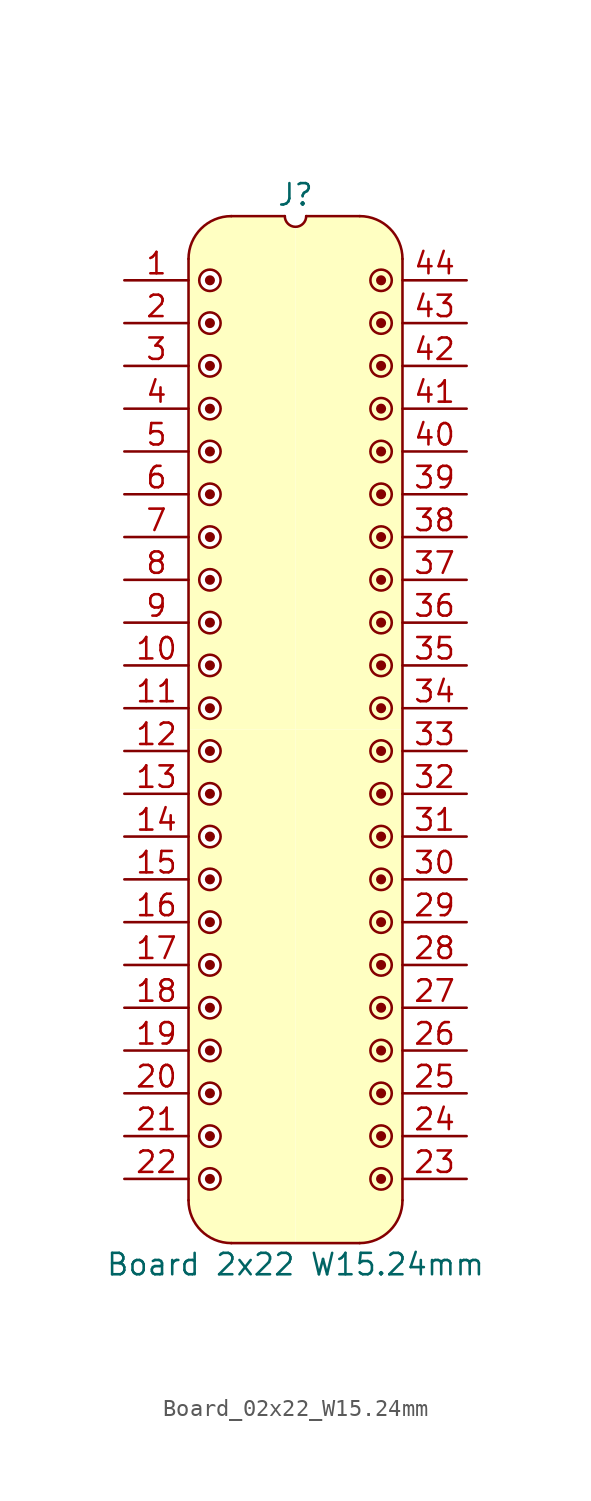
<source format=kicad_sym>
(kicad_symbol_lib
  (version 20241209)
  (generator "kicad_symbol_editor")
  (generator_version "9.0")
  (symbol "Board_02x22_W15.24mm"
    (pin_names
      (offset 1.016)
      (hide yes))
    (property "Reference" "J"
      (at 0 5.08 0)
      (effects (font (size 1.27 1.27))))
    (property "Value" "Board 2x22 W15.24mm"
      (at 0 -58.42 0)
      (effects (font (size 1.27 1.27))))
    (symbol "Board_02x22_W15.24mm_0_1"
      (polyline (pts (xy -6.35 1.27) (xy -6.35 -54.61)) (stroke (width 0) (type default)) (fill (type none)))
      (arc (start -3.8102 -57.1498) (mid -5.6063 -56.4059) (end -6.3502 -54.6098) (stroke (width 0) (type default)) (fill (type none)))
      (arc (start -6.35 1.27) (mid -5.6061 3.0661) (end -3.81 3.81) (stroke (width 0) (type default)) (fill (type none)))
      (polyline (pts (xy -3.81 3.81) (xy -0.635 3.81)) (stroke (width 0) (type default)) (fill (type none)))
      (arc (start 0.635 3.81) (mid 0 3.175) (end -0.635 3.81) (stroke (width 0) (type default)) (fill (type none)))
      (polyline (pts (xy 0.635 3.81) (xy 3.81 3.81)) (stroke (width 0) (type default)) (fill (type none)))
      (polyline (pts (xy 3.81 -57.15) (xy -3.81 -57.15)) (stroke (width 0) (type default)) (fill (type none)))
      (arc (start 3.81 3.81) (mid 5.6061 3.0661) (end 6.35 1.27) (stroke (width 0) (type default)) (fill (type none)))
      (arc (start 6.3498 -54.6098) (mid 5.6059 -56.4059) (end 3.8098 -57.1498) (stroke (width 0) (type default)) (fill (type none)))
      (polyline (pts (xy 6.35 -54.61) (xy 6.35 1.27)) (stroke (width 0) (type default)) (fill (type none))))
    (symbol "Board_02x22_W15.24mm_1_1"
      (polyline (pts (xy -6.35 1.27) (xy -6.096 2.286) (xy -5.588 3.048) (xy -4.826 3.556) (xy -4.064 3.81) (xy -0.762 3.81) (xy -0.508 3.302) (xy 0 3.048) (xy 0 -26.67) (xy -6.35 -26.67) (xy -6.35 1.27)) (stroke (width -0.0001) (type solid)) (fill (type background)))
      (polyline (pts (xy -6.35 -26.67) (xy 0 -26.67) (xy 0 -57.15) (xy -3.81 -57.15) (xy -4.826 -56.896) (xy -5.588 -56.388) (xy -6.096 -55.626) (xy -6.35 -54.61)) (stroke (width -0.0001) (type solid)) (fill (type background)))
      (circle (center -5.08 0) (radius 0.0001) (stroke (width 0.3) (type solid)) (fill (type none)))
      (circle (center -5.08 0) (radius 0.635) (stroke (width 0) (type solid)) (fill (type color) (color 255 255 255 1)))
      (circle (center -5.08 -2.54) (radius 0.0001) (stroke (width 0.3) (type solid)) (fill (type none)))
      (circle (center -5.08 -2.54) (radius 0.635) (stroke (width 0) (type solid)) (fill (type color) (color 255 255 255 1)))
      (circle (center -5.08 -5.08) (radius 0.0001) (stroke (width 0.3) (type solid)) (fill (type none)))
      (circle (center -5.08 -5.08) (radius 0.635) (stroke (width 0) (type solid)) (fill (type color) (color 255 255 255 1)))
      (circle (center -5.08 -7.62) (radius 0.0001) (stroke (width 0.3) (type solid)) (fill (type none)))
      (circle (center -5.08 -7.62) (radius 0.635) (stroke (width 0) (type solid)) (fill (type color) (color 255 255 255 1)))
      (circle (center -5.08 -10.16) (radius 0.0001) (stroke (width 0.3) (type solid)) (fill (type none)))
      (circle (center -5.08 -10.16) (radius 0.635) (stroke (width 0) (type solid)) (fill (type color) (color 255 255 255 1)))
      (circle (center -5.08 -12.7) (radius 0.0001) (stroke (width 0.3) (type solid)) (fill (type none)))
      (circle (center -5.08 -12.7) (radius 0.635) (stroke (width 0) (type solid)) (fill (type color) (color 255 255 255 1)))
      (circle (center -5.08 -15.24) (radius 0.0001) (stroke (width 0.3) (type solid)) (fill (type none)))
      (circle (center -5.08 -15.24) (radius 0.635) (stroke (width 0) (type solid)) (fill (type color) (color 255 255 255 1)))
      (circle (center -5.08 -17.78) (radius 0.0001) (stroke (width 0.3) (type solid)) (fill (type none)))
      (circle (center -5.08 -17.78) (radius 0.635) (stroke (width 0) (type solid)) (fill (type color) (color 255 255 255 1)))
      (circle (center -5.08 -20.32) (radius 0.0001) (stroke (width 0.3) (type solid)) (fill (type none)))
      (circle (center -5.08 -20.32) (radius 0.635) (stroke (width 0) (type solid)) (fill (type color) (color 255 255 255 1)))
      (circle (center -5.08 -22.86) (radius 0.0001) (stroke (width 0.3) (type solid)) (fill (type none)))
      (circle (center -5.08 -22.86) (radius 0.635) (stroke (width 0) (type solid)) (fill (type color) (color 255 255 255 1)))
      (circle (center -5.08 -25.4) (radius 0.0001) (stroke (width 0.3) (type solid)) (fill (type none)))
      (circle (center -5.08 -25.4) (radius 0.635) (stroke (width 0) (type solid)) (fill (type color) (color 255 255 255 1)))
      (circle (center -5.08 -27.94) (radius 0.0001) (stroke (width 0.3) (type solid)) (fill (type none)))
      (circle (center -5.08 -27.94) (radius 0.635) (stroke (width 0) (type solid)) (fill (type color) (color 255 255 255 1)))
      (circle (center -5.08 -30.48) (radius 0.0001) (stroke (width 0.3) (type solid)) (fill (type none)))
      (circle (center -5.08 -30.48) (radius 0.635) (stroke (width 0) (type solid)) (fill (type color) (color 255 255 255 1)))
      (circle (center -5.08 -33.02) (radius 0.0001) (stroke (width 0.3) (type solid)) (fill (type none)))
      (circle (center -5.08 -33.02) (radius 0.635) (stroke (width 0) (type solid)) (fill (type color) (color 255 255 255 1)))
      (circle (center -5.08 -35.56) (radius 0.0001) (stroke (width 0.3) (type solid)) (fill (type none)))
      (circle (center -5.08 -35.56) (radius 0.635) (stroke (width 0) (type solid)) (fill (type color) (color 255 255 255 1)))
      (circle (center -5.08 -38.1) (radius 0.0001) (stroke (width 0.3) (type solid)) (fill (type none)))
      (circle (center -5.08 -38.1) (radius 0.635) (stroke (width 0) (type solid)) (fill (type color) (color 255 255 255 1)))
      (circle (center -5.08 -40.64) (radius 0.0001) (stroke (width 0.3) (type solid)) (fill (type none)))
      (circle (center -5.08 -40.64) (radius 0.635) (stroke (width 0) (type solid)) (fill (type color) (color 255 255 255 1)))
      (circle (center -5.08 -43.18) (radius 0.0001) (stroke (width 0.3) (type solid)) (fill (type none)))
      (circle (center -5.08 -43.18) (radius 0.635) (stroke (width 0) (type solid)) (fill (type color) (color 255 255 255 1)))
      (circle (center -5.08 -45.72) (radius 0.0001) (stroke (width 0.3) (type solid)) (fill (type none)))
      (circle (center -5.08 -45.72) (radius 0.635) (stroke (width 0) (type solid)) (fill (type color) (color 255 255 255 1)))
      (circle (center -5.08 -48.26) (radius 0.0001) (stroke (width 0.3) (type solid)) (fill (type none)))
      (circle (center -5.08 -48.26) (radius 0.635) (stroke (width 0) (type solid)) (fill (type color) (color 255 255 255 1)))
      (circle (center -5.08 -50.8) (radius 0.0001) (stroke (width 0.3) (type solid)) (fill (type none)))
      (circle (center -5.08 -50.8) (radius 0.635) (stroke (width 0) (type solid)) (fill (type color) (color 255 255 255 1)))
      (circle (center -5.08 -53.34) (radius 0.0001) (stroke (width 0.3) (type solid)) (fill (type none)))
      (circle (center -5.08 -53.34) (radius 0.635) (stroke (width 0) (type solid)) (fill (type color) (color 255 255 255 1)))
      (circle (center 5.08 0) (radius 0.0001) (stroke (width 0.3) (type solid)) (fill (type none)))
      (circle (center 5.08 0) (radius 0.635) (stroke (width 0) (type solid)) (fill (type color) (color 255 255 255 1)))
      (circle (center 5.08 -2.54) (radius 0.0001) (stroke (width 0.3) (type solid)) (fill (type none)))
      (circle (center 5.08 -2.54) (radius 0.635) (stroke (width 0) (type solid)) (fill (type color) (color 255 255 255 1)))
      (circle (center 5.08 -5.08) (radius 0.0001) (stroke (width 0.3) (type solid)) (fill (type none)))
      (circle (center 5.08 -5.08) (radius 0.635) (stroke (width 0) (type solid)) (fill (type color) (color 255 255 255 1)))
      (circle (center 5.08 -7.62) (radius 0.0001) (stroke (width 0.3) (type solid)) (fill (type none)))
      (circle (center 5.08 -7.62) (radius 0.635) (stroke (width 0) (type solid)) (fill (type color) (color 255 255 255 1)))
      (circle (center 5.08 -10.16) (radius 0.0001) (stroke (width 0.3) (type solid)) (fill (type none)))
      (circle (center 5.08 -10.16) (radius 0.635) (stroke (width 0) (type solid)) (fill (type color) (color 255 255 255 1)))
      (circle (center 5.08 -12.7) (radius 0.0001) (stroke (width 0.3) (type solid)) (fill (type none)))
      (circle (center 5.08 -12.7) (radius 0.635) (stroke (width 0) (type solid)) (fill (type color) (color 255 255 255 1)))
      (circle (center 5.08 -15.24) (radius 0.0001) (stroke (width 0.3) (type solid)) (fill (type none)))
      (circle (center 5.08 -15.24) (radius 0.635) (stroke (width 0) (type solid)) (fill (type color) (color 255 255 255 1)))
      (circle (center 5.08 -17.78) (radius 0.0001) (stroke (width 0.3) (type solid)) (fill (type none)))
      (circle (center 5.08 -17.78) (radius 0.635) (stroke (width 0) (type solid)) (fill (type color) (color 255 255 255 1)))
      (circle (center 5.08 -20.32) (radius 0.0001) (stroke (width 0.3) (type solid)) (fill (type none)))
      (circle (center 5.08 -20.32) (radius 0.635) (stroke (width 0) (type solid)) (fill (type color) (color 255 255 255 1)))
      (circle (center 5.08 -22.86) (radius 0.0001) (stroke (width 0.3) (type solid)) (fill (type none)))
      (circle (center 5.08 -22.86) (radius 0.635) (stroke (width 0) (type solid)) (fill (type color) (color 255 255 255 1)))
      (circle (center 5.08 -25.4) (radius 0.0001) (stroke (width 0.3) (type solid)) (fill (type none)))
      (circle (center 5.08 -25.4) (radius 0.635) (stroke (width 0) (type solid)) (fill (type color) (color 255 255 255 1)))
      (circle (center 5.08 -27.94) (radius 0.0001) (stroke (width 0.3) (type solid)) (fill (type none)))
      (circle (center 5.08 -27.94) (radius 0.635) (stroke (width 0) (type solid)) (fill (type color) (color 255 255 255 1)))
      (circle (center 5.08 -30.48) (radius 0.0001) (stroke (width 0.3) (type solid)) (fill (type none)))
      (circle (center 5.08 -30.48) (radius 0.635) (stroke (width 0) (type solid)) (fill (type color) (color 255 255 255 1)))
      (circle (center 5.08 -33.02) (radius 0.0001) (stroke (width 0.3) (type solid)) (fill (type none)))
      (circle (center 5.08 -33.02) (radius 0.635) (stroke (width 0) (type solid)) (fill (type color) (color 255 255 255 1)))
      (circle (center 5.08 -35.56) (radius 0.0001) (stroke (width 0.3) (type solid)) (fill (type none)))
      (circle (center 5.08 -35.56) (radius 0.635) (stroke (width 0) (type solid)) (fill (type color) (color 255 255 255 1)))
      (circle (center 5.08 -38.1) (radius 0.0001) (stroke (width 0.3) (type solid)) (fill (type none)))
      (circle (center 5.08 -38.1) (radius 0.635) (stroke (width 0) (type solid)) (fill (type color) (color 255 255 255 1)))
      (circle (center 5.08 -40.64) (radius 0.0001) (stroke (width 0.3) (type solid)) (fill (type none)))
      (circle (center 5.08 -40.64) (radius 0.635) (stroke (width 0) (type solid)) (fill (type color) (color 255 255 255 1)))
      (circle (center 5.08 -43.18) (radius 0.0001) (stroke (width 0.3) (type solid)) (fill (type none)))
      (circle (center 5.08 -43.18) (radius 0.635) (stroke (width 0) (type solid)) (fill (type color) (color 255 255 255 1)))
      (circle (center 5.08 -45.72) (radius 0.0001) (stroke (width 0.3) (type solid)) (fill (type none)))
      (circle (center 5.08 -45.72) (radius 0.635) (stroke (width 0) (type solid)) (fill (type color) (color 255 255 255 1)))
      (circle (center 5.08 -48.26) (radius 0.0001) (stroke (width 0.3) (type solid)) (fill (type none)))
      (circle (center 5.08 -48.26) (radius 0.635) (stroke (width 0) (type solid)) (fill (type color) (color 255 255 255 1)))
      (circle (center 5.08 -50.8) (radius 0.0001) (stroke (width 0.3) (type solid)) (fill (type none)))
      (circle (center 5.08 -50.8) (radius 0.635) (stroke (width 0) (type solid)) (fill (type color) (color 255 255 255 1)))
      (circle (center 5.08 -53.34) (radius 0.0001) (stroke (width 0.3) (type solid)) (fill (type none)))
      (circle (center 5.08 -53.34) (radius 0.635) (stroke (width 0) (type solid)) (fill (type color) (color 255 255 255 1)))
      (polyline (pts (xy 6.35 1.27) (xy 6.096 2.286) (xy 5.588 3.048) (xy 4.826 3.556) (xy 4.064 3.81) (xy 0.762 3.81) (xy 0.508 3.302) (xy 0 3.048) (xy 0 -26.67) (xy 6.35 -26.67) (xy 6.35 1.27)) (stroke (width -0.0001) (type solid)) (fill (type background)))
      (polyline (pts (xy 6.35 -26.67) (xy 0 -26.67) (xy 0 -57.15) (xy 3.81 -57.15) (xy 4.826 -56.896) (xy 5.588 -56.388) (xy 6.096 -55.626) (xy 6.35 -54.61)) (stroke (width -0.0001) (type solid)) (fill (type background)))
      (pin passive line (at -10.16 0 0) (length 3.81) (name "" (effects (font (size 1.27 1.27)))) (number "1" (effects (font (size 1.27 1.27)))))
      (pin passive line (at -10.16 -2.54 0) (length 3.81) (name "" (effects (font (size 1.27 1.27)))) (number "2" (effects (font (size 1.27 1.27)))))
      (pin passive line (at -10.16 -5.08 0) (length 3.81) (name "" (effects (font (size 1.27 1.27)))) (number "3" (effects (font (size 1.27 1.27)))))
      (pin passive line (at -10.16 -7.62 0) (length 3.81) (name "" (effects (font (size 1.27 1.27)))) (number "4" (effects (font (size 1.27 1.27)))))
      (pin passive line (at -10.16 -10.16 0) (length 3.81) (name "" (effects (font (size 1.27 1.27)))) (number "5" (effects (font (size 1.27 1.27)))))
      (pin passive line (at -10.16 -12.7 0) (length 3.81) (name "" (effects (font (size 1.27 1.27)))) (number "6" (effects (font (size 1.27 1.27)))))
      (pin passive line (at -10.16 -15.24 0) (length 3.81) (name "" (effects (font (size 1.27 1.27)))) (number "7" (effects (font (size 1.27 1.27)))))
      (pin passive line (at -10.16 -17.78 0) (length 3.81) (name "" (effects (font (size 1.27 1.27)))) (number "8" (effects (font (size 1.27 1.27)))))
      (pin passive line (at -10.16 -20.32 0) (length 3.81) (name "" (effects (font (size 1.27 1.27)))) (number "9" (effects (font (size 1.27 1.27)))))
      (pin passive line (at -10.16 -22.86 0) (length 3.81) (name "" (effects (font (size 1.27 1.27)))) (number "10" (effects (font (size 1.27 1.27)))))
      (pin passive line (at -10.16 -25.4 0) (length 3.81) (name "" (effects (font (size 1.27 1.27)))) (number "11" (effects (font (size 1.27 1.27)))))
      (pin passive line (at -10.16 -27.94 0) (length 3.81) (name "" (effects (font (size 1.27 1.27)))) (number "12" (effects (font (size 1.27 1.27)))))
      (pin passive line (at -10.16 -30.48 0) (length 3.81) (name "" (effects (font (size 1.27 1.27)))) (number "13" (effects (font (size 1.27 1.27)))))
      (pin passive line (at -10.16 -33.02 0) (length 3.81) (name "" (effects (font (size 1.27 1.27)))) (number "14" (effects (font (size 1.27 1.27)))))
      (pin passive line (at -10.16 -35.56 0) (length 3.81) (name "" (effects (font (size 1.27 1.27)))) (number "15" (effects (font (size 1.27 1.27)))))
      (pin passive line (at -10.16 -38.1 0) (length 3.81) (name "" (effects (font (size 1.27 1.27)))) (number "16" (effects (font (size 1.27 1.27)))))
      (pin passive line (at -10.16 -40.64 0) (length 3.81) (name "" (effects (font (size 1.27 1.27)))) (number "17" (effects (font (size 1.27 1.27)))))
      (pin passive line (at -10.16 -43.18 0) (length 3.81) (name "" (effects (font (size 1.27 1.27)))) (number "18" (effects (font (size 1.27 1.27)))))
      (pin passive line (at -10.16 -45.72 0) (length 3.81) (name "" (effects (font (size 1.27 1.27)))) (number "19" (effects (font (size 1.27 1.27)))))
      (pin passive line (at -10.16 -48.26 0) (length 3.81) (name "" (effects (font (size 1.27 1.27)))) (number "20" (effects (font (size 1.27 1.27)))))
      (pin passive line (at -10.16 -50.8 0) (length 3.81) (name "" (effects (font (size 1.27 1.27)))) (number "21" (effects (font (size 1.27 1.27)))))
      (pin passive line (at -10.16 -53.34 0) (length 3.81) (name "" (effects (font (size 1.27 1.27)))) (number "22" (effects (font (size 1.27 1.27)))))
      (pin passive line (at 10.16 0 180) (length 3.81) (name "" (effects (font (size 1.27 1.27)))) (number "44" (effects (font (size 1.27 1.27)))))
      (pin passive line (at 10.16 -2.54 180) (length 3.81) (name "" (effects (font (size 1.27 1.27)))) (number "43" (effects (font (size 1.27 1.27)))))
      (pin passive line (at 10.16 -5.08 180) (length 3.81) (name "" (effects (font (size 1.27 1.27)))) (number "42" (effects (font (size 1.27 1.27)))))
      (pin passive line (at 10.16 -7.62 180) (length 3.81) (name "" (effects (font (size 1.27 1.27)))) (number "41" (effects (font (size 1.27 1.27)))))
      (pin passive line (at 10.16 -10.16 180) (length 3.81) (name "" (effects (font (size 1.27 1.27)))) (number "40" (effects (font (size 1.27 1.27)))))
      (pin passive line (at 10.16 -12.7 180) (length 3.81) (name "" (effects (font (size 1.27 1.27)))) (number "39" (effects (font (size 1.27 1.27)))))
      (pin passive line (at 10.16 -15.24 180) (length 3.81) (name "" (effects (font (size 1.27 1.27)))) (number "38" (effects (font (size 1.27 1.27)))))
      (pin passive line (at 10.16 -17.78 180) (length 3.81) (name "" (effects (font (size 1.27 1.27)))) (number "37" (effects (font (size 1.27 1.27)))))
      (pin passive line (at 10.16 -20.32 180) (length 3.81) (name "" (effects (font (size 1.27 1.27)))) (number "36" (effects (font (size 1.27 1.27)))))
      (pin passive line (at 10.16 -22.86 180) (length 3.81) (name "" (effects (font (size 1.27 1.27)))) (number "35" (effects (font (size 1.27 1.27)))))
      (pin passive line (at 10.16 -25.4 180) (length 3.81) (name "" (effects (font (size 1.27 1.27)))) (number "34" (effects (font (size 1.27 1.27)))))
      (pin passive line (at 10.16 -27.94 180) (length 3.81) (name "" (effects (font (size 1.27 1.27)))) (number "33" (effects (font (size 1.27 1.27)))))
      (pin passive line (at 10.16 -30.48 180) (length 3.81) (name "" (effects (font (size 1.27 1.27)))) (number "32" (effects (font (size 1.27 1.27)))))
      (pin passive line (at 10.16 -33.02 180) (length 3.81) (name "" (effects (font (size 1.27 1.27)))) (number "31" (effects (font (size 1.27 1.27)))))
      (pin passive line (at 10.16 -35.56 180) (length 3.81) (name "" (effects (font (size 1.27 1.27)))) (number "30" (effects (font (size 1.27 1.27)))))
      (pin passive line (at 10.16 -38.1 180) (length 3.81) (name "" (effects (font (size 1.27 1.27)))) (number "29" (effects (font (size 1.27 1.27)))))
      (pin passive line (at 10.16 -40.64 180) (length 3.81) (name "" (effects (font (size 1.27 1.27)))) (number "28" (effects (font (size 1.27 1.27)))))
      (pin passive line (at 10.16 -43.18 180) (length 3.81) (name "" (effects (font (size 1.27 1.27)))) (number "27" (effects (font (size 1.27 1.27)))))
      (pin passive line (at 10.16 -45.72 180) (length 3.81) (name "" (effects (font (size 1.27 1.27)))) (number "26" (effects (font (size 1.27 1.27)))))
      (pin passive line (at 10.16 -48.26 180) (length 3.81) (name "" (effects (font (size 1.27 1.27)))) (number "25" (effects (font (size 1.27 1.27)))))
      (pin passive line (at 10.16 -50.8 180) (length 3.81) (name "" (effects (font (size 1.27 1.27)))) (number "24" (effects (font (size 1.27 1.27)))))
      (pin passive line (at 10.16 -53.34 180) (length 3.81) (name "" (effects (font (size 1.27 1.27)))) (number "23" (effects (font (size 1.27 1.27))))))))
</source>
